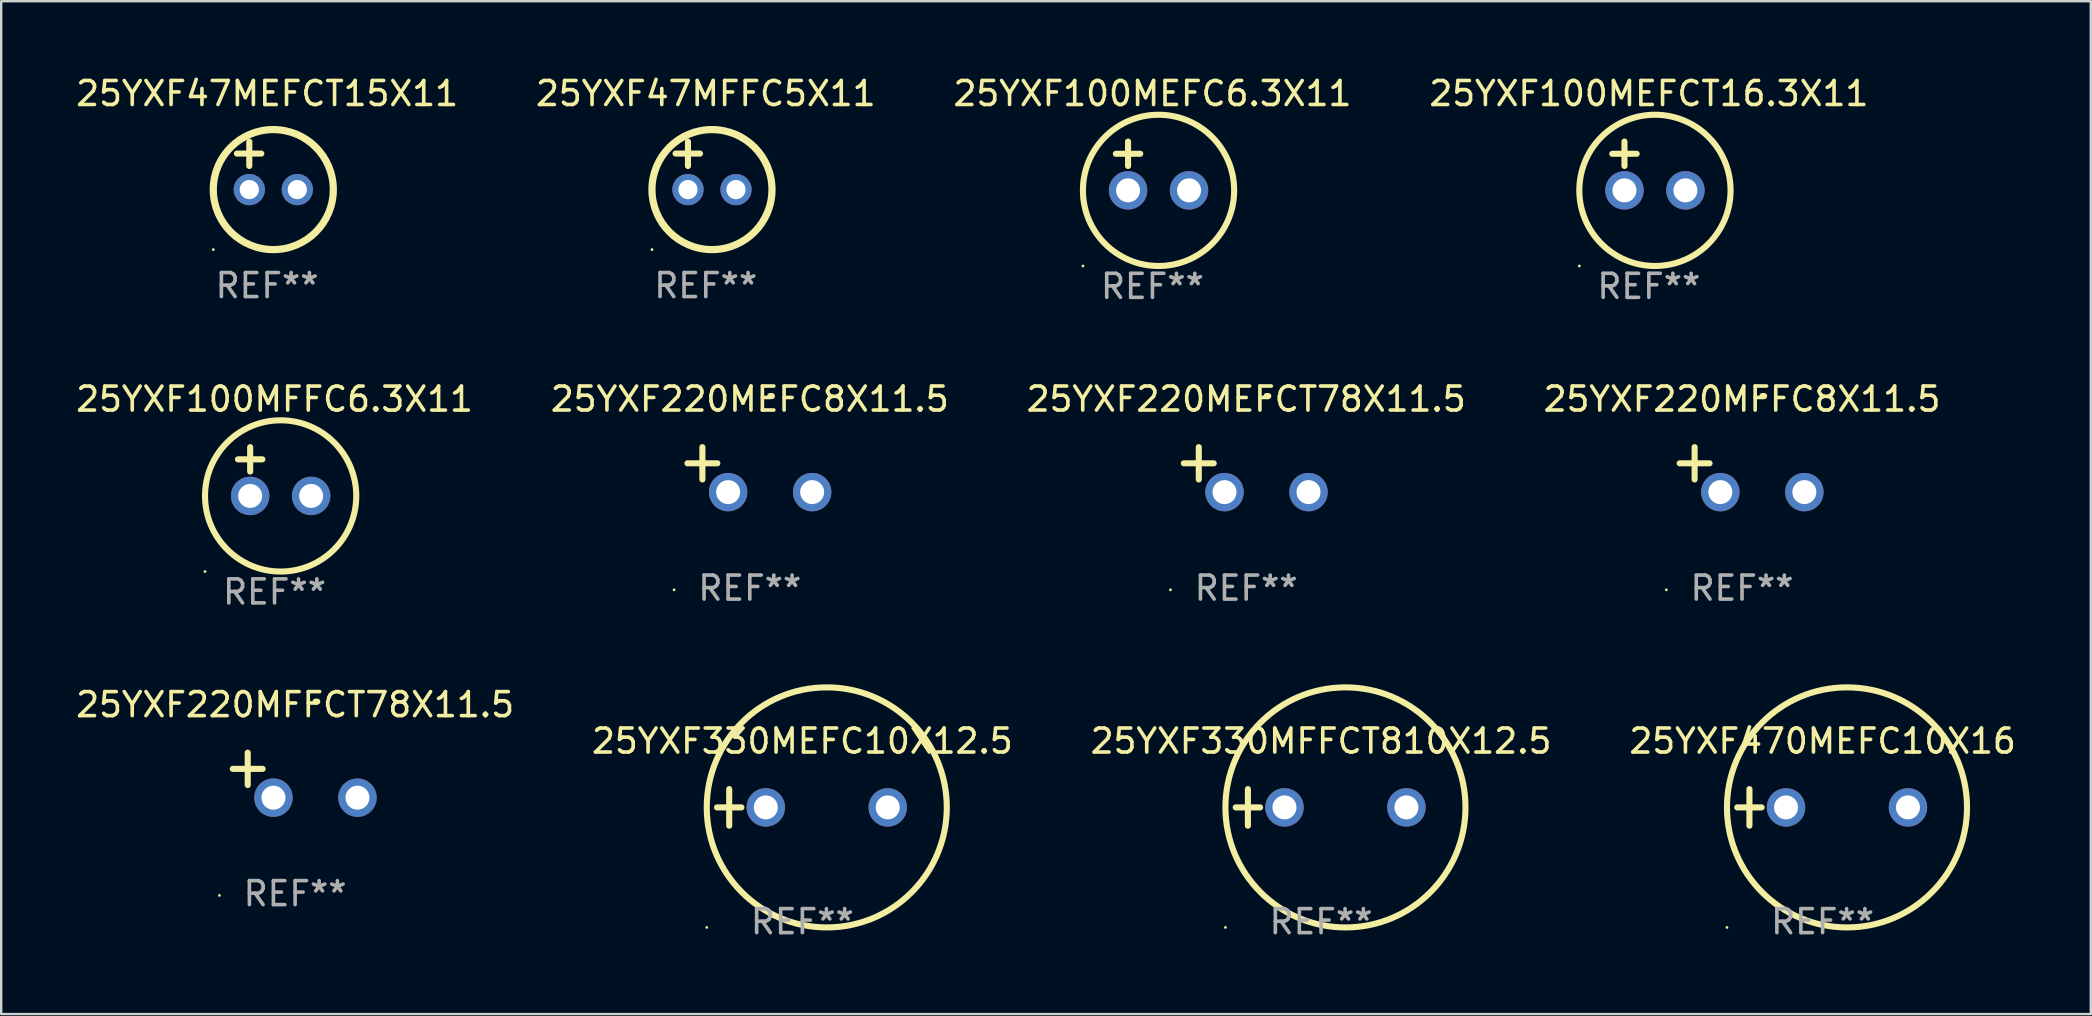
<source format=kicad_pcb>
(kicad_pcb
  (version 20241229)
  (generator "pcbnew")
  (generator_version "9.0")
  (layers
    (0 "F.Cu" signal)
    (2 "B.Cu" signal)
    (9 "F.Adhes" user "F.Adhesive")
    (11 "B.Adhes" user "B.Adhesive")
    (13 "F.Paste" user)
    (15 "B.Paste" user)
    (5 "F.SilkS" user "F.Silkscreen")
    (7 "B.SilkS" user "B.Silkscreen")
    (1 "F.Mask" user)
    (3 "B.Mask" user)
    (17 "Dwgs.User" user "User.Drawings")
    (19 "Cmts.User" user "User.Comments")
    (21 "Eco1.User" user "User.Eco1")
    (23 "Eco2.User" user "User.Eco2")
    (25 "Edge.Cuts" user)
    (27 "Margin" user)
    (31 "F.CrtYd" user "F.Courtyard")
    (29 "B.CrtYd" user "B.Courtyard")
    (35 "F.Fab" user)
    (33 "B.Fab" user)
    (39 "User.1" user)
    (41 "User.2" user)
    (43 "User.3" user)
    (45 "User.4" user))
  (footprint "25YXF220MEFC8X11.5"
    (layer "F.Cu")
    (at 28.185 16.513)
    (property "Reference" "25YXF220MEFC8X11.5" (at 0 -2.937 0) (layer "F.SilkS") (effects (font (size 1 1) (thickness 0.15))))
    (attr through_hole)
    (fp_line (start -1.975 0.41) (end -1.975 -0.937) (stroke (width 0.254) (type solid)) (layer "F.SilkS"))
    (fp_line (start -1.353 -0.263) (end -2.597 -0.263) (stroke (width 0.254) (type solid)) (layer "F.SilkS"))
    (fp_arc (start 0.849809 -3.063957) (mid 0.885369 -3.064114) (end 0.920929 -3.063957) (stroke (width 0.254001) (type solid)) (layer "F.SilkS"))
    (fp_circle (center -3.154 5.008) (end -3.124 5.008) (stroke (width 0.06) (type solid)) (fill no) (layer "F.SilkS"))
    (fp_text user "REF**" (at 0 4.937 0) (layer "F.Fab") (effects (font (size 1 1) (thickness 0.15))))
    (pad "1" thru_hole circle (at -0.903 0.937) (size 1.6 1.6) (drill 1) (layers "*.Cu" "*.Mask"))
    (pad "2" thru_hole circle (at 2.597 0.937) (size 1.6 1.6) (drill 1) (layers "*.Cu" "*.Mask")))
  (footprint "25YXF220MEFCT78X11.5"
    (layer "F.Cu")
    (at 48.863 16.513)
    (property "Reference" "25YXF220MEFCT78X11.5" (at 0 -2.937 0) (layer "F.SilkS") (effects (font (size 1 1) (thickness 0.15))))
    (attr through_hole)
    (fp_line (start -1.975 0.41) (end -1.975 -0.937) (stroke (width 0.254) (type solid)) (layer "F.SilkS"))
    (fp_line (start -1.353 -0.263) (end -2.597 -0.263) (stroke (width 0.254) (type solid)) (layer "F.SilkS"))
    (fp_arc (start 0.849809 -3.063957) (mid 0.885369 -3.064114) (end 0.920929 -3.063957) (stroke (width 0.254001) (type solid)) (layer "F.SilkS"))
    (fp_circle (center -3.154 5.008) (end -3.124 5.008) (stroke (width 0.06) (type solid)) (fill no) (layer "F.SilkS"))
    (fp_text user "REF**" (at 0 4.937 0) (layer "F.Fab") (effects (font (size 1 1) (thickness 0.15))))
    (pad "1" thru_hole circle (at -0.903 0.937) (size 1.6 1.6) (drill 1) (layers "*.Cu" "*.Mask"))
    (pad "2" thru_hole circle (at 2.597 0.937) (size 1.6 1.6) (drill 1) (layers "*.Cu" "*.Mask")))
  (footprint "25YXF220MFFCT78X11.5"
    (layer "F.Cu")
    (at 9.244 29.242)
    (property "Reference" "25YXF220MFFCT78X11.5" (at 0 -2.937 0) (layer "F.SilkS") (effects (font (size 1 1) (thickness 0.15))))
    (attr through_hole)
    (fp_line (start -1.975 0.41) (end -1.975 -0.937) (stroke (width 0.254) (type solid)) (layer "F.SilkS"))
    (fp_line (start -1.353 -0.263) (end -2.597 -0.263) (stroke (width 0.254) (type solid)) (layer "F.SilkS"))
    (fp_arc (start 0.849809 -3.063957) (mid 0.885369 -3.064114) (end 0.920929 -3.063957) (stroke (width 0.254001) (type solid)) (layer "F.SilkS"))
    (fp_circle (center -3.154 5.008) (end -3.124 5.008) (stroke (width 0.06) (type solid)) (fill no) (layer "F.SilkS"))
    (fp_text user "REF**" (at 0 4.937 0) (layer "F.Fab") (effects (font (size 1 1) (thickness 0.15))))
    (pad "1" thru_hole circle (at -0.903 0.937) (size 1.6 1.6) (drill 1) (layers "*.Cu" "*.Mask"))
    (pad "2" thru_hole circle (at 2.597 0.937) (size 1.6 1.6) (drill 1) (layers "*.Cu" "*.Mask")))
  (footprint "25YXF100MEFCT16.3X11"
    (layer "F.Cu")
    (at 65.637 3.864)
    (property "Reference" "25YXF100MEFCT16.3X11" (at 0 -3.016 0) (layer "F.SilkS") (effects (font (size 1 1) (thickness 0.15))))
    (attr through_hole)
    (fp_line (start -1.524 -0.508) (end -0.508 -0.508) (stroke (width 0.254) (type solid)) (layer "F.SilkS"))
    (fp_line (start -1.016 -1.016) (end -1.016 0) (stroke (width 0.254) (type solid)) (layer "F.SilkS"))
    (fp_circle (center -2.896 4.166) (end -2.866 4.166) (stroke (width 0.06) (type solid)) (fill no) (layer "F.SilkS"))
    (fp_circle (center 0.254 1.016) (end 3.404 1.016) (stroke (width 0.254) (type solid)) (fill no) (layer "F.SilkS"))
    (fp_text user "REF**" (at 0 5.016 0) (layer "F.Fab") (effects (font (size 1 1) (thickness 0.15))))
    (pad "1" thru_hole circle (at -1.016 1.016) (size 1.6 1.6) (drill 1) (layers "*.Cu" "*.Mask"))
    (pad "2" thru_hole circle (at 1.524 1.016) (size 1.6 1.6) (drill 1) (layers "*.Cu" "*.Mask")))
  (footprint "25YXF470MEFC10X16"
    (layer "F.Cu")
    (at 72.875 30.584)
    (property "Reference" "25YXF470MEFC10X16" (at 0 -2.762 0) (layer "F.SilkS") (effects (font (size 1 1) (thickness 0.15))))
    (attr through_hole)
    (fp_line (start -3.556 0) (end -2.54 0) (stroke (width 0.254) (type solid)) (layer "F.SilkS"))
    (fp_line (start -3.048 -0.762) (end -3.048 0.762) (stroke (width 0.254) (type solid)) (layer "F.SilkS"))
    (fp_circle (center -3.984 5) (end -3.954 5) (stroke (width 0.06) (type solid)) (fill no) (layer "F.SilkS"))
    (fp_circle (center 1.016 0) (end 6.016 0) (stroke (width 0.254) (type solid)) (fill no) (layer "F.SilkS"))
    (fp_text user "REF**" (at 0 4.762 0) (layer "F.Fab") (effects (font (size 1 1) (thickness 0.15))))
    (pad "1" thru_hole circle (at -1.524 0) (size 1.6 1.6) (drill 1) (layers "*.Cu" "*.Mask"))
    (pad "2" thru_hole circle (at 3.556 0) (size 1.6 1.6) (drill 1) (layers "*.Cu" "*.Mask")))
  (footprint "25YXF100MEFC6.3X11"
    (layer "F.Cu")
    (at 44.958 3.864)
    (property "Reference" "25YXF100MEFC6.3X11" (at 0 -3.016 0) (layer "F.SilkS") (effects (font (size 1 1) (thickness 0.15))))
    (attr through_hole)
    (fp_line (start -1.524 -0.508) (end -0.508 -0.508) (stroke (width 0.254) (type solid)) (layer "F.SilkS"))
    (fp_line (start -1.016 -1.016) (end -1.016 0) (stroke (width 0.254) (type solid)) (layer "F.SilkS"))
    (fp_circle (center -2.896 4.166) (end -2.866 4.166) (stroke (width 0.06) (type solid)) (fill no) (layer "F.SilkS"))
    (fp_circle (center 0.254 1.016) (end 3.404 1.016) (stroke (width 0.254) (type solid)) (fill no) (layer "F.SilkS"))
    (fp_text user "REF**" (at 0 5.016 0) (layer "F.Fab") (effects (font (size 1 1) (thickness 0.15))))
    (pad "1" thru_hole circle (at -1.016 1.016) (size 1.6 1.6) (drill 1) (layers "*.Cu" "*.Mask"))
    (pad "2" thru_hole circle (at 1.524 1.016) (size 1.6 1.6) (drill 1) (layers "*.Cu" "*.Mask")))
  (footprint "25YXF47MEFCT15X11"
    (layer "F.Cu")
    (at 8.077 3.848)
    (property "Reference" "25YXF47MEFCT15X11" (at 0 -3 0) (layer "F.SilkS") (effects (font (size 1 1) (thickness 0.15))))
    (attr through_hole)
    (fp_line (start -1.258 -0.5) (end -0.242 -0.5) (stroke (width 0.254) (type solid)) (layer "F.SilkS"))
    (fp_line (start -0.742 -1) (end -0.742 0.016) (stroke (width 0.254) (type solid)) (layer "F.SilkS"))
    (fp_circle (center -2.242 3.5) (end -2.212 3.5) (stroke (width 0.06) (type solid)) (fill no) (layer "F.SilkS"))
    (fp_circle (center 0.258 1) (end 2.758 1) (stroke (width 0.3) (type solid)) (fill no) (layer "F.SilkS"))
    (fp_text user "REF**" (at 0 5 0) (layer "F.Fab") (effects (font (size 1 1) (thickness 0.15))))
    (pad "1" thru_hole circle (at -0.742 1) (size 1.3 1.3) (drill 0.8) (layers "*.Cu" "*.Mask"))
    (pad "2" thru_hole circle (at 1.258 1) (size 1.3 1.3) (drill 0.8) (layers "*.Cu" "*.Mask")))
  (footprint "25YXF330MFFCT810X12.5"
    (layer "F.Cu")
    (at 51.982 30.584)
    (property "Reference" "25YXF330MFFCT810X12.5" (at 0 -2.762 0) (layer "F.SilkS") (effects (font (size 1 1) (thickness 0.15))))
    (attr through_hole)
    (fp_line (start -3.556 0) (end -2.54 0) (stroke (width 0.254) (type solid)) (layer "F.SilkS"))
    (fp_line (start -3.048 -0.762) (end -3.048 0.762) (stroke (width 0.254) (type solid)) (layer "F.SilkS"))
    (fp_circle (center -3.984 5) (end -3.954 5) (stroke (width 0.06) (type solid)) (fill no) (layer "F.SilkS"))
    (fp_circle (center 1.016 0) (end 6.016 0) (stroke (width 0.254) (type solid)) (fill no) (layer "F.SilkS"))
    (fp_text user "REF**" (at 0 4.762 0) (layer "F.Fab") (effects (font (size 1 1) (thickness 0.15))))
    (pad "1" thru_hole circle (at -1.524 0) (size 1.6 1.6) (drill 1) (layers "*.Cu" "*.Mask"))
    (pad "2" thru_hole circle (at 3.556 0) (size 1.6 1.6) (drill 1) (layers "*.Cu" "*.Mask")))
  (footprint "25YXF100MFFC6.3X11"
    (layer "F.Cu")
    (at 8.387 16.593)
    (property "Reference" "25YXF100MFFC6.3X11" (at 0 -3.016 0) (layer "F.SilkS") (effects (font (size 1 1) (thickness 0.15))))
    (attr through_hole)
    (fp_line (start -1.524 -0.508) (end -0.508 -0.508) (stroke (width 0.254) (type solid)) (layer "F.SilkS"))
    (fp_line (start -1.016 -1.016) (end -1.016 0) (stroke (width 0.254) (type solid)) (layer "F.SilkS"))
    (fp_circle (center -2.896 4.166) (end -2.866 4.166) (stroke (width 0.06) (type solid)) (fill no) (layer "F.SilkS"))
    (fp_circle (center 0.254 1.016) (end 3.404 1.016) (stroke (width 0.254) (type solid)) (fill no) (layer "F.SilkS"))
    (fp_text user "REF**" (at 0 5.016 0) (layer "F.Fab") (effects (font (size 1 1) (thickness 0.15))))
    (pad "1" thru_hole circle (at -1.016 1.016) (size 1.6 1.6) (drill 1) (layers "*.Cu" "*.Mask"))
    (pad "2" thru_hole circle (at 1.524 1.016) (size 1.6 1.6) (drill 1) (layers "*.Cu" "*.Mask")))
  (footprint "25YXF220MFFC8X11.5"
    (layer "F.Cu")
    (at 69.518 16.513)
    (property "Reference" "25YXF220MFFC8X11.5" (at 0 -2.937 0) (layer "F.SilkS") (effects (font (size 1 1) (thickness 0.15))))
    (attr through_hole)
    (fp_line (start -1.975 0.41) (end -1.975 -0.937) (stroke (width 0.254) (type solid)) (layer "F.SilkS"))
    (fp_line (start -1.353 -0.263) (end -2.597 -0.263) (stroke (width 0.254) (type solid)) (layer "F.SilkS"))
    (fp_arc (start 0.849809 -3.063957) (mid 0.885369 -3.064114) (end 0.920929 -3.063957) (stroke (width 0.254001) (type solid)) (layer "F.SilkS"))
    (fp_circle (center -3.154 5.008) (end -3.124 5.008) (stroke (width 0.06) (type solid)) (fill no) (layer "F.SilkS"))
    (fp_text user "REF**" (at 0 4.937 0) (layer "F.Fab") (effects (font (size 1 1) (thickness 0.15))))
    (pad "1" thru_hole circle (at -0.903 0.937) (size 1.6 1.6) (drill 1) (layers "*.Cu" "*.Mask"))
    (pad "2" thru_hole circle (at 2.597 0.937) (size 1.6 1.6) (drill 1) (layers "*.Cu" "*.Mask")))
  (footprint "25YXF47MFFC5X11"
    (layer "F.Cu")
    (at 26.351 3.848)
    (property "Reference" "25YXF47MFFC5X11" (at 0 -3 0) (layer "F.SilkS") (effects (font (size 1 1) (thickness 0.15))))
    (attr through_hole)
    (fp_line (start -1.258 -0.5) (end -0.242 -0.5) (stroke (width 0.254) (type solid)) (layer "F.SilkS"))
    (fp_line (start -0.742 -1) (end -0.742 0.016) (stroke (width 0.254) (type solid)) (layer "F.SilkS"))
    (fp_circle (center -2.242 3.5) (end -2.212 3.5) (stroke (width 0.06) (type solid)) (fill no) (layer "F.SilkS"))
    (fp_circle (center 0.258 1) (end 2.758 1) (stroke (width 0.3) (type solid)) (fill no) (layer "F.SilkS"))
    (fp_text user "REF**" (at 0 5 0) (layer "F.Fab") (effects (font (size 1 1) (thickness 0.15))))
    (pad "1" thru_hole circle (at -0.742 1) (size 1.3 1.3) (drill 0.8) (layers "*.Cu" "*.Mask"))
    (pad "2" thru_hole circle (at 1.258 1) (size 1.3 1.3) (drill 0.8) (layers "*.Cu" "*.Mask")))
  (footprint "25YXF330MEFC10X12.5"
    (layer "F.Cu")
    (at 30.375 30.584)
    (property "Reference" "25YXF330MEFC10X12.5" (at 0 -2.762 0) (layer "F.SilkS") (effects (font (size 1 1) (thickness 0.15))))
    (attr through_hole)
    (fp_line (start -3.556 0) (end -2.54 0) (stroke (width 0.254) (type solid)) (layer "F.SilkS"))
    (fp_line (start -3.048 -0.762) (end -3.048 0.762) (stroke (width 0.254) (type solid)) (layer "F.SilkS"))
    (fp_circle (center -3.984 5) (end -3.954 5) (stroke (width 0.06) (type solid)) (fill no) (layer "F.SilkS"))
    (fp_circle (center 1.016 0) (end 6.016 0) (stroke (width 0.254) (type solid)) (fill no) (layer "F.SilkS"))
    (fp_text user "REF**" (at 0 4.762 0) (layer "F.Fab") (effects (font (size 1 1) (thickness 0.15))))
    (pad "1" thru_hole circle (at -1.524 0) (size 1.6 1.6) (drill 1) (layers "*.Cu" "*.Mask"))
    (pad "2" thru_hole circle (at 3.556 0) (size 1.6 1.6) (drill 1) (layers "*.Cu" "*.Mask")))
  (gr_rect
    (start -3 -3)
    (end 84.048 39.194)
    (stroke (width 0.1) (type default))
    (fill no)
    (layer "Edge.Cuts")))
</source>
